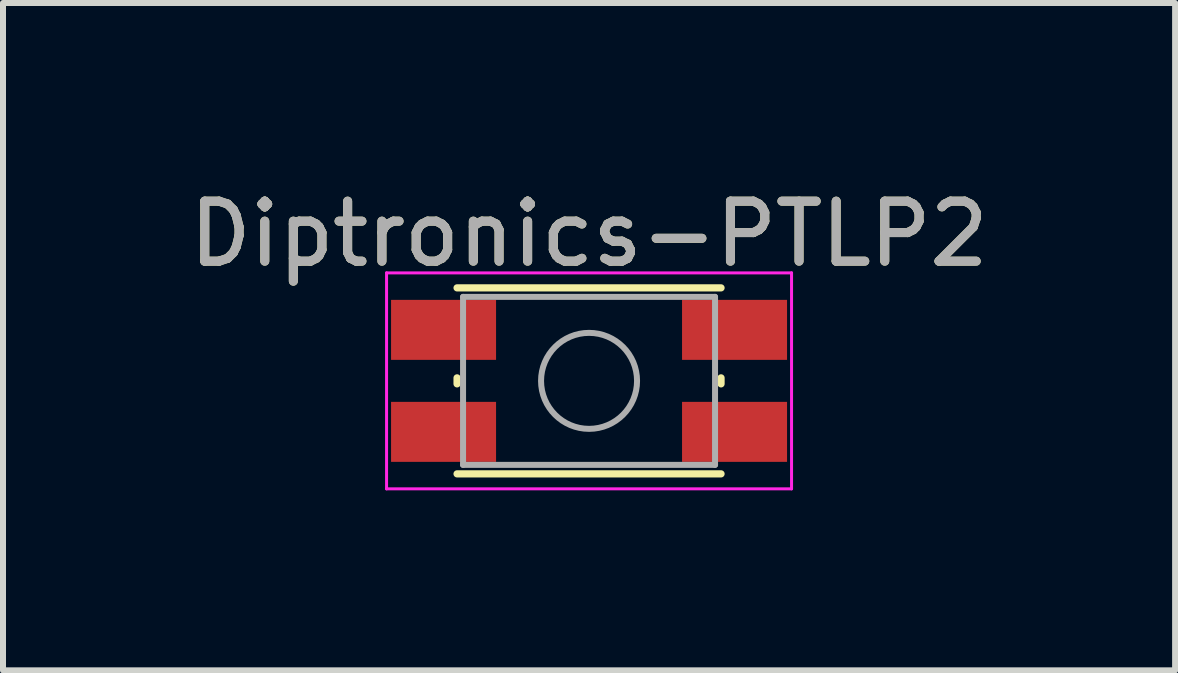
<source format=kicad_pcb>
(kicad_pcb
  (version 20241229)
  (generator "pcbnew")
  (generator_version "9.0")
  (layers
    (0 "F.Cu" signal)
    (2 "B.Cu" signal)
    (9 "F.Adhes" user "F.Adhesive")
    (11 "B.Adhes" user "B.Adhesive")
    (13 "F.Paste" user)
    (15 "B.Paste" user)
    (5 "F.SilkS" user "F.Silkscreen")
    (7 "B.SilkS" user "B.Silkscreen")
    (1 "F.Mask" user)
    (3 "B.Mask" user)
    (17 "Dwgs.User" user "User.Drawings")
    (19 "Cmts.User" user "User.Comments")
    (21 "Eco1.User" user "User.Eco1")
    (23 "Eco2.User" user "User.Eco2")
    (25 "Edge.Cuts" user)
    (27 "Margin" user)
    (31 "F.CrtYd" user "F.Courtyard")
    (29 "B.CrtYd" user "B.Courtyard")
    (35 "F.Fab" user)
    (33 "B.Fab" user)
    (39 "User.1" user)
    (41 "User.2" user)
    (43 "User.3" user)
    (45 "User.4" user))
  (footprint "Diptronics-PTLP2"
    (layer "F.Cu")
    (at 6.768 3.298)
    (property "Reference" "Diptronics-PTLP2" (at 0 -2.45 0) (layer "F.SilkS") (effects (font (size 1 1) (thickness 0.15))))
    (attr smd)
    (fp_line (start -2.2 0.05) (end -2.2 -0.05) (stroke (width 0.12) (type solid)) (layer "F.SilkS"))
    (fp_line (start -2.2 1.55) (end 2.2 1.55) (stroke (width 0.12) (type solid)) (layer "F.SilkS"))
    (fp_line (start 2.2 -1.55) (end -2.2 -1.55) (stroke (width 0.12) (type solid)) (layer "F.SilkS"))
    (fp_line (start 2.2 0.05) (end 2.2 -0.05) (stroke (width 0.12) (type solid)) (layer "F.SilkS"))
    (fp_line (start -3.375 -1.8) (end 3.375 -1.8) (stroke (width 0.05) (type solid)) (layer "F.CrtYd"))
    (fp_line (start -3.375 1.8) (end -3.375 -1.8) (stroke (width 0.05) (type solid)) (layer "F.CrtYd"))
    (fp_line (start 3.375 -1.8) (end 3.375 1.8) (stroke (width 0.05) (type solid)) (layer "F.CrtYd"))
    (fp_line (start 3.375 1.8) (end -3.375 1.8) (stroke (width 0.05) (type solid)) (layer "F.CrtYd"))
    (fp_line (start -2.1 -1.4) (end 2.1 -1.4) (stroke (width 0.1) (type solid)) (layer "F.Fab"))
    (fp_line (start -2.1 1.4) (end -2.1 -1.4) (stroke (width 0.1) (type solid)) (layer "F.Fab"))
    (fp_line (start 2.1 -1.4) (end 2.1 1.4) (stroke (width 0.1) (type solid)) (layer "F.Fab"))
    (fp_line (start 2.1 1.4) (end -2.1 1.4) (stroke (width 0.1) (type solid)) (layer "F.Fab"))
    (fp_circle (center 0 0) (end 0 0.8) (stroke (width 0.1) (type solid)) (fill no) (layer "F.Fab"))
    (fp_text user "${REFERENCE}" (at 0 -2.45 0) (layer "F.Fab") (effects (font (size 1 1) (thickness 0.15))))
    (pad "1" smd rect (at -2.425 -0.85 90) (size 1 1.75) (layers "F.Cu" "F.Mask" "F.Paste"))
    (pad "1" smd rect (at 2.425 -0.85 90) (size 1 1.75) (layers "F.Cu" "F.Mask" "F.Paste"))
    (pad "2" smd rect (at -2.425 0.85 90) (size 1 1.75) (layers "F.Cu" "F.Mask" "F.Paste"))
    (pad "2" smd rect (at 2.425 0.85 90) (size 1 1.75) (layers "F.Cu" "F.Mask" "F.Paste")))
  (gr_rect
    (start -3 -3)
    (end 16.536 8.123)
    (stroke (width 0.1) (type default))
    (fill no)
    (layer "Edge.Cuts")))
</source>
